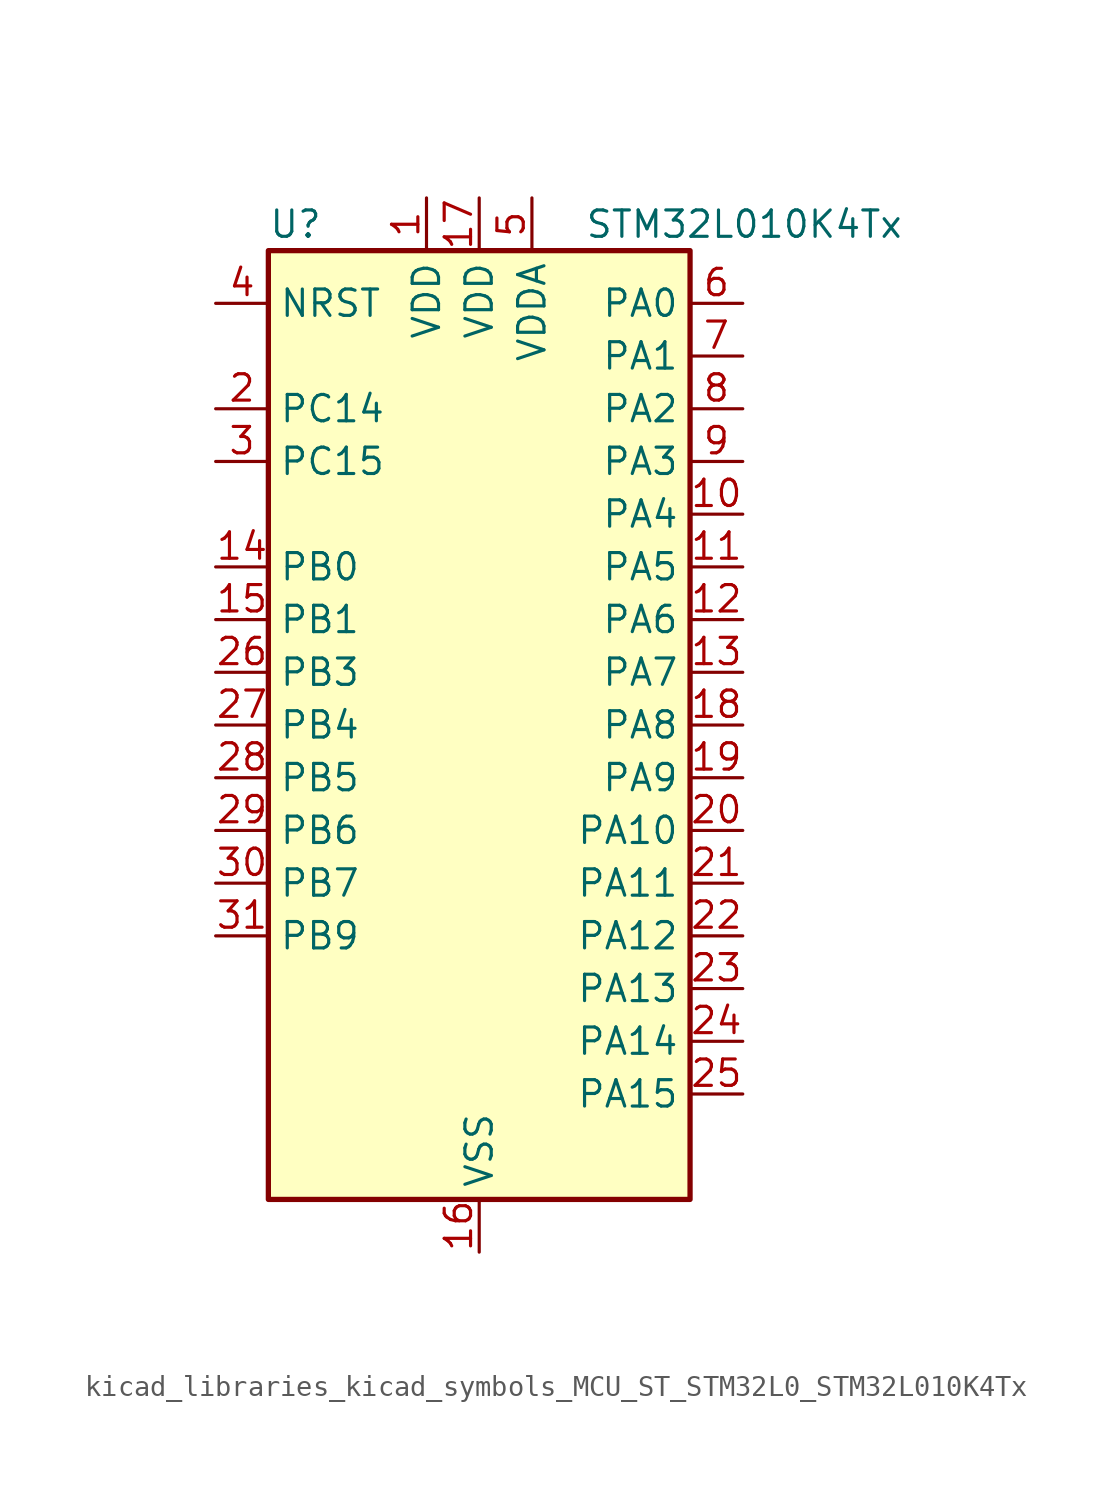
<source format=kicad_sym>
(kicad_symbol_lib
  (version 20220914)
  (generator kicad_symbol_editor)
  (symbol "kicad_libraries_kicad_symbols_MCU_ST_STM32L0_STM32L010K4Tx"
    (property "Reference" "U"
      (at -10.16 24.13 0)
      (effects (font (size 1.27 1.27)) (justify left)))
    (property "Value" "STM32L010K4Tx"
      (at 5.08 24.13 0)
      (effects (font (size 1.27 1.27)) (justify left)))
    (property "ki_locked" ""
      (at 0 0 0)
      (effects (font (size 1.27 1.27))))
    (symbol "kicad_libraries_kicad_symbols_MCU_ST_STM32L0_STM32L010K4Tx_0_1"
      (rectangle (start -10.16 -22.86) (end 10.16 22.86) (stroke (width 0.254) (type default)) (fill (type background))))
    (symbol "kicad_libraries_kicad_symbols_MCU_ST_STM32L0_STM32L010K4Tx_1_1"
      (pin power_in line (at -2.54 25.4 270) (length 2.54) (name "VDD" (effects (font (size 1.27 1.27)))) (number "1" (effects (font (size 1.27 1.27)))))
      (pin bidirectional line (at 12.7 10.16 180) (length 2.54) (name "PA4" (effects (font (size 1.27 1.27)))) (number "10" (effects (font (size 1.27 1.27)))) (alternate "ADC_IN4" bidirectional line) (alternate "I2C1_SCL" bidirectional line) (alternate "LPTIM1_ETR" bidirectional line) (alternate "LPTIM1_IN1" bidirectional line) (alternate "LPUART1_TX" bidirectional line) (alternate "SPI1_NSS" bidirectional line) (alternate "TIM2_ETR" bidirectional line) (alternate "USART2_CK" bidirectional line))
      (pin bidirectional line (at 12.7 7.62 180) (length 2.54) (name "PA5" (effects (font (size 1.27 1.27)))) (number "11" (effects (font (size 1.27 1.27)))) (alternate "ADC_IN5" bidirectional line) (alternate "LPTIM1_IN2" bidirectional line) (alternate "SPI1_SCK" bidirectional line) (alternate "TIM2_CH1" bidirectional line) (alternate "TIM2_ETR" bidirectional line))
      (pin bidirectional line (at 12.7 5.08 180) (length 2.54) (name "PA6" (effects (font (size 1.27 1.27)))) (number "12" (effects (font (size 1.27 1.27)))) (alternate "ADC_IN6" bidirectional line) (alternate "LPTIM1_ETR" bidirectional line) (alternate "LPUART1_CTS" bidirectional line) (alternate "SPI1_MISO" bidirectional line))
      (pin bidirectional line (at 12.7 2.54 180) (length 2.54) (name "PA7" (effects (font (size 1.27 1.27)))) (number "13" (effects (font (size 1.27 1.27)))) (alternate "ADC_IN7" bidirectional line) (alternate "LPTIM1_OUT" bidirectional line) (alternate "SPI1_MOSI" bidirectional line) (alternate "TIM21_ETR" bidirectional line) (alternate "USART2_CTS" bidirectional line))
      (pin bidirectional line (at -12.7 7.62 0) (length 2.54) (name "PB0" (effects (font (size 1.27 1.27)))) (number "14" (effects (font (size 1.27 1.27)))) (alternate "ADC_IN8" bidirectional line) (alternate "SPI1_MISO" bidirectional line) (alternate "SYS_VREF_OUT_PB0" bidirectional line) (alternate "TIM2_CH2" bidirectional line) (alternate "TIM2_CH3" bidirectional line) (alternate "USART2_DE" bidirectional line) (alternate "USART2_RTS" bidirectional line))
      (pin bidirectional line (at -12.7 5.08 0) (length 2.54) (name "PB1" (effects (font (size 1.27 1.27)))) (number "15" (effects (font (size 1.27 1.27)))) (alternate "ADC_IN9" bidirectional line) (alternate "LPTIM1_IN1" bidirectional line) (alternate "LPUART1_DE" bidirectional line) (alternate "LPUART1_RTS" bidirectional line) (alternate "SPI1_MOSI" bidirectional line) (alternate "SYS_VREF_OUT_PB1" bidirectional line) (alternate "TIM2_CH4" bidirectional line) (alternate "USART2_CK" bidirectional line))
      (pin power_in line (at 0 -25.4 90) (length 2.54) (name "VSS" (effects (font (size 1.27 1.27)))) (number "16" (effects (font (size 1.27 1.27)))))
      (pin power_in line (at 0 25.4 270) (length 2.54) (name "VDD" (effects (font (size 1.27 1.27)))) (number "17" (effects (font (size 1.27 1.27)))))
      (pin bidirectional line (at 12.7 0 180) (length 2.54) (name "PA8" (effects (font (size 1.27 1.27)))) (number "18" (effects (font (size 1.27 1.27)))) (alternate "LPTIM1_IN1" bidirectional line) (alternate "RCC_MCO" bidirectional line) (alternate "TIM2_CH1" bidirectional line) (alternate "USART2_CK" bidirectional line))
      (pin bidirectional line (at 12.7 -2.54 180) (length 2.54) (name "PA9" (effects (font (size 1.27 1.27)))) (number "19" (effects (font (size 1.27 1.27)))) (alternate "I2C1_SCL" bidirectional line) (alternate "LPTIM1_OUT" bidirectional line) (alternate "RCC_MCO" bidirectional line) (alternate "TIM21_CH2" bidirectional line) (alternate "USART2_TX" bidirectional line))
      (pin bidirectional line (at -12.7 15.24 0) (length 2.54) (name "PC14" (effects (font (size 1.27 1.27)))) (number "2" (effects (font (size 1.27 1.27)))) (alternate "RCC_OSC32_IN" bidirectional line))
      (pin bidirectional line (at 12.7 -5.08 180) (length 2.54) (name "PA10" (effects (font (size 1.27 1.27)))) (number "20" (effects (font (size 1.27 1.27)))) (alternate "I2C1_SDA" bidirectional line) (alternate "RTC_REFIN" bidirectional line) (alternate "TIM21_CH1" bidirectional line) (alternate "TIM2_CH3" bidirectional line) (alternate "USART2_RX" bidirectional line))
      (pin bidirectional line (at 12.7 -7.62 180) (length 2.54) (name "PA11" (effects (font (size 1.27 1.27)))) (number "21" (effects (font (size 1.27 1.27)))) (alternate "ADC_EXTI11" bidirectional line) (alternate "LPTIM1_OUT" bidirectional line) (alternate "SPI1_MISO" bidirectional line) (alternate "TIM21_CH2" bidirectional line) (alternate "USART2_CTS" bidirectional line))
      (pin bidirectional line (at 12.7 -10.16 180) (length 2.54) (name "PA12" (effects (font (size 1.27 1.27)))) (number "22" (effects (font (size 1.27 1.27)))) (alternate "SPI1_MOSI" bidirectional line) (alternate "USART2_DE" bidirectional line) (alternate "USART2_RTS" bidirectional line))
      (pin bidirectional line (at 12.7 -12.7 180) (length 2.54) (name "PA13" (effects (font (size 1.27 1.27)))) (number "23" (effects (font (size 1.27 1.27)))) (alternate "I2C1_SDA" bidirectional line) (alternate "LPTIM1_ETR" bidirectional line) (alternate "LPUART1_RX" bidirectional line) (alternate "SPI1_SCK" bidirectional line) (alternate "SYS_SWDIO" bidirectional line))
      (pin bidirectional line (at 12.7 -15.24 180) (length 2.54) (name "PA14" (effects (font (size 1.27 1.27)))) (number "24" (effects (font (size 1.27 1.27)))) (alternate "I2C1_SMBA" bidirectional line) (alternate "LPTIM1_OUT" bidirectional line) (alternate "LPUART1_TX" bidirectional line) (alternate "SPI1_MISO" bidirectional line) (alternate "SYS_SWCLK" bidirectional line) (alternate "USART2_TX" bidirectional line))
      (pin bidirectional line (at 12.7 -17.78 180) (length 2.54) (name "PA15" (effects (font (size 1.27 1.27)))) (number "25" (effects (font (size 1.27 1.27)))) (alternate "SPI1_NSS" bidirectional line) (alternate "TIM2_CH1" bidirectional line) (alternate "TIM2_ETR" bidirectional line) (alternate "USART2_RX" bidirectional line))
      (pin bidirectional line (at -12.7 2.54 0) (length 2.54) (name "PB3" (effects (font (size 1.27 1.27)))) (number "26" (effects (font (size 1.27 1.27)))) (alternate "SPI1_SCK" bidirectional line) (alternate "TIM2_CH2" bidirectional line))
      (pin bidirectional line (at -12.7 0 0) (length 2.54) (name "PB4" (effects (font (size 1.27 1.27)))) (number "27" (effects (font (size 1.27 1.27)))) (alternate "SPI1_MISO" bidirectional line))
      (pin bidirectional line (at -12.7 -2.54 0) (length 2.54) (name "PB5" (effects (font (size 1.27 1.27)))) (number "28" (effects (font (size 1.27 1.27)))) (alternate "I2C1_SMBA" bidirectional line) (alternate "LPTIM1_IN1" bidirectional line) (alternate "SPI1_MOSI" bidirectional line) (alternate "TIM21_CH1" bidirectional line))
      (pin bidirectional line (at -12.7 -5.08 0) (length 2.54) (name "PB6" (effects (font (size 1.27 1.27)))) (number "29" (effects (font (size 1.27 1.27)))) (alternate "I2C1_SCL" bidirectional line) (alternate "LPTIM1_ETR" bidirectional line) (alternate "LPUART1_TX" bidirectional line) (alternate "TIM2_CH3" bidirectional line) (alternate "USART2_TX" bidirectional line))
      (pin bidirectional line (at -12.7 12.7 0) (length 2.54) (name "PC15" (effects (font (size 1.27 1.27)))) (number "3" (effects (font (size 1.27 1.27)))) (alternate "RCC_OSC32_OUT" bidirectional line))
      (pin bidirectional line (at -12.7 -7.62 0) (length 2.54) (name "PB7" (effects (font (size 1.27 1.27)))) (number "30" (effects (font (size 1.27 1.27)))) (alternate "I2C1_SDA" bidirectional line) (alternate "LPTIM1_IN2" bidirectional line) (alternate "LPUART1_RX" bidirectional line) (alternate "SYS_PVD_IN" bidirectional line) (alternate "TIM2_CH4" bidirectional line) (alternate "USART2_RX" bidirectional line))
      (pin bidirectional line (at -12.7 -10.16 0) (length 2.54) (name "PB9" (effects (font (size 1.27 1.27)))) (number "31" (effects (font (size 1.27 1.27)))))
      (pin passive line (at 0 -25.4 90) (length 2.54) hide (name "VSS" (effects (font (size 1.27 1.27)))) (number "32" (effects (font (size 1.27 1.27)))))
      (pin input line (at -12.7 20.32 0) (length 2.54) (name "NRST" (effects (font (size 1.27 1.27)))) (number "4" (effects (font (size 1.27 1.27)))))
      (pin power_in line (at 2.54 25.4 270) (length 2.54) (name "VDDA" (effects (font (size 1.27 1.27)))) (number "5" (effects (font (size 1.27 1.27)))))
      (pin bidirectional line (at 12.7 20.32 180) (length 2.54) (name "PA0" (effects (font (size 1.27 1.27)))) (number "6" (effects (font (size 1.27 1.27)))) (alternate "ADC_IN0" bidirectional line) (alternate "LPTIM1_IN1" bidirectional line) (alternate "LPUART1_RX" bidirectional line) (alternate "RCC_CK_IN" bidirectional line) (alternate "RTC_TAMP2" bidirectional line) (alternate "SYS_WKUP1" bidirectional line) (alternate "TIM2_CH1" bidirectional line) (alternate "TIM2_ETR" bidirectional line) (alternate "USART2_CTS" bidirectional line) (alternate "USART2_RX" bidirectional line))
      (pin bidirectional line (at 12.7 17.78 180) (length 2.54) (name "PA1" (effects (font (size 1.27 1.27)))) (number "7" (effects (font (size 1.27 1.27)))) (alternate "ADC_IN1" bidirectional line) (alternate "I2C1_SMBA" bidirectional line) (alternate "LPTIM1_IN2" bidirectional line) (alternate "LPUART1_TX" bidirectional line) (alternate "TIM21_ETR" bidirectional line) (alternate "TIM2_CH2" bidirectional line) (alternate "USART2_DE" bidirectional line) (alternate "USART2_RTS" bidirectional line))
      (pin bidirectional line (at 12.7 15.24 180) (length 2.54) (name "PA2" (effects (font (size 1.27 1.27)))) (number "8" (effects (font (size 1.27 1.27)))) (alternate "ADC_IN2" bidirectional line) (alternate "LPUART1_TX" bidirectional line) (alternate "RTC_OUT_ALARM" bidirectional line) (alternate "RTC_OUT_CALIB" bidirectional line) (alternate "RTC_TAMP3" bidirectional line) (alternate "RTC_TS" bidirectional line) (alternate "SYS_WKUP3" bidirectional line) (alternate "TIM21_CH1" bidirectional line) (alternate "TIM2_CH3" bidirectional line) (alternate "USART2_TX" bidirectional line))
      (pin bidirectional line (at 12.7 12.7 180) (length 2.54) (name "PA3" (effects (font (size 1.27 1.27)))) (number "9" (effects (font (size 1.27 1.27)))) (alternate "ADC_IN3" bidirectional line) (alternate "LPUART1_RX" bidirectional line) (alternate "TIM21_CH2" bidirectional line) (alternate "TIM2_CH4" bidirectional line) (alternate "USART2_RX" bidirectional line)))))
</source>
